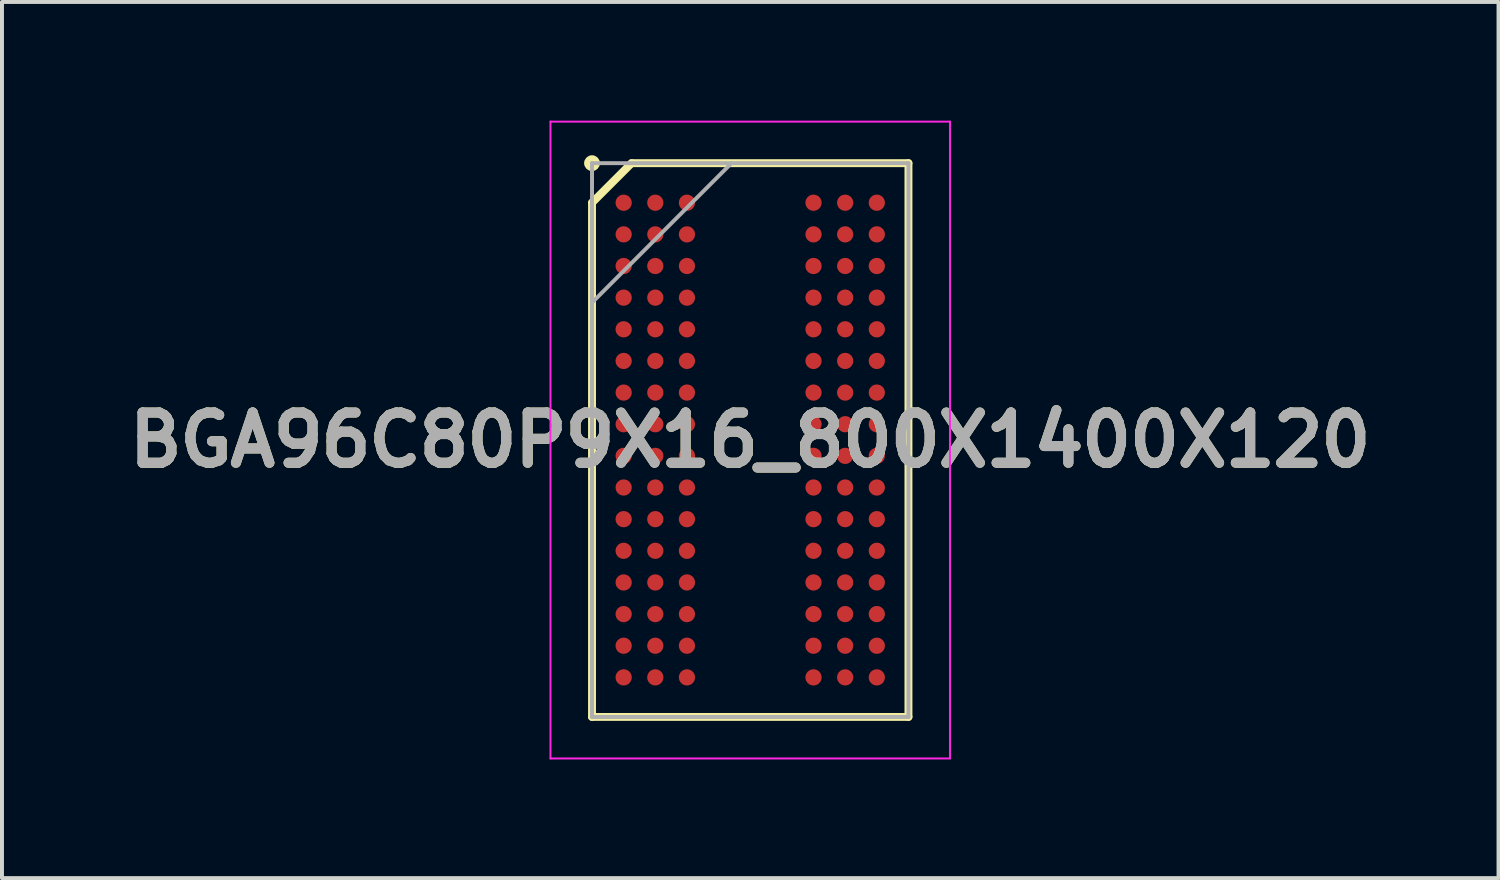
<source format=kicad_pcb>
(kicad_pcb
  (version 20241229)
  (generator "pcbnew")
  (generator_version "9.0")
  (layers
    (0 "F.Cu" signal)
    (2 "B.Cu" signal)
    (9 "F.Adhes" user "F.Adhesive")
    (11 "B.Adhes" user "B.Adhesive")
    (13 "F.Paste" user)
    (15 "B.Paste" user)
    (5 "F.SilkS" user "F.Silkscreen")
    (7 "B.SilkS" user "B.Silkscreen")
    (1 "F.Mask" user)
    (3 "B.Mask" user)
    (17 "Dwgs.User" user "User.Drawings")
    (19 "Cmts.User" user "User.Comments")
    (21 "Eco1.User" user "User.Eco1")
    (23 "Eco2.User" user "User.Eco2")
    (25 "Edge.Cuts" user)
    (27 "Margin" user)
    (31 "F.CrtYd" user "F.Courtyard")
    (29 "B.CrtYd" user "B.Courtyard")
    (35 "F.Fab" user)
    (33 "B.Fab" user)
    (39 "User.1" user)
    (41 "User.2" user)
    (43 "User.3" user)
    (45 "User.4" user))
  (footprint "BGA96C80P9X16_800X1400X120"
    (layer "F.Cu")
    (at 15.917 8.075)
    (property "Reference" "BGA96C80P9X16_800X1400X120" (at 0 0 0) (layer "F.SilkS") (effects (font (size 1.27 1.27) (thickness 0.254))))
    (attr smd)
    (fp_line (start -4 -6) (end -3 -7) (stroke (width 0.2) (type solid)) (layer "F.SilkS"))
    (fp_line (start -4 7) (end -4 -6) (stroke (width 0.2) (type solid)) (layer "F.SilkS"))
    (fp_line (start -3 -7) (end 4 -7) (stroke (width 0.2) (type solid)) (layer "F.SilkS"))
    (fp_line (start 4 -7) (end 4 7) (stroke (width 0.2) (type solid)) (layer "F.SilkS"))
    (fp_line (start 4 7) (end -4 7) (stroke (width 0.2) (type solid)) (layer "F.SilkS"))
    (fp_circle (center -4 -7) (end -4 -6.9) (stroke (width 0.2) (type solid)) (fill no) (layer "F.SilkS"))
    (fp_line (start -5.05 -8.05) (end 5.05 -8.05) (stroke (width 0.05) (type solid)) (layer "F.CrtYd"))
    (fp_line (start -5.05 8.05) (end -5.05 -8.05) (stroke (width 0.05) (type solid)) (layer "F.CrtYd"))
    (fp_line (start 5.05 -8.05) (end 5.05 8.05) (stroke (width 0.05) (type solid)) (layer "F.CrtYd"))
    (fp_line (start 5.05 8.05) (end -5.05 8.05) (stroke (width 0.05) (type solid)) (layer "F.CrtYd"))
    (fp_line (start -4 -7) (end 4 -7) (stroke (width 0.1) (type solid)) (layer "F.Fab"))
    (fp_line (start -4 -3.475) (end -0.475 -7) (stroke (width 0.1) (type solid)) (layer "F.Fab"))
    (fp_line (start -4 7) (end -4 -7) (stroke (width 0.1) (type solid)) (layer "F.Fab"))
    (fp_line (start 4 -7) (end 4 7) (stroke (width 0.1) (type solid)) (layer "F.Fab"))
    (fp_line (start 4 7) (end -4 7) (stroke (width 0.1) (type solid)) (layer "F.Fab"))
    (fp_text user "${REFERENCE}" (at 0 0 0) (layer "F.Fab") (effects (font (size 1.27 1.27) (thickness 0.254))))
    (pad "A1" smd circle (at -3.2 -6 90) (size 0.41 0.41) (layers "F.Cu" "F.Mask" "F.Paste"))
    (pad "A2" smd circle (at -2.4 -6 90) (size 0.41 0.41) (layers "F.Cu" "F.Mask" "F.Paste"))
    (pad "A3" smd circle (at -1.6 -6 90) (size 0.41 0.41) (layers "F.Cu" "F.Mask" "F.Paste"))
    (pad "A7" smd circle (at 1.6 -6 90) (size 0.41 0.41) (layers "F.Cu" "F.Mask" "F.Paste"))
    (pad "A8" smd circle (at 2.4 -6 90) (size 0.41 0.41) (layers "F.Cu" "F.Mask" "F.Paste"))
    (pad "A9" smd circle (at 3.2 -6 90) (size 0.41 0.41) (layers "F.Cu" "F.Mask" "F.Paste"))
    (pad "B1" smd circle (at -3.2 -5.2 90) (size 0.41 0.41) (layers "F.Cu" "F.Mask" "F.Paste"))
    (pad "B2" smd circle (at -2.4 -5.2 90) (size 0.41 0.41) (layers "F.Cu" "F.Mask" "F.Paste"))
    (pad "B3" smd circle (at -1.6 -5.2 90) (size 0.41 0.41) (layers "F.Cu" "F.Mask" "F.Paste"))
    (pad "B7" smd circle (at 1.6 -5.2 90) (size 0.41 0.41) (layers "F.Cu" "F.Mask" "F.Paste"))
    (pad "B8" smd circle (at 2.4 -5.2 90) (size 0.41 0.41) (layers "F.Cu" "F.Mask" "F.Paste"))
    (pad "B9" smd circle (at 3.2 -5.2 90) (size 0.41 0.41) (layers "F.Cu" "F.Mask" "F.Paste"))
    (pad "C1" smd circle (at -3.2 -4.4 90) (size 0.41 0.41) (layers "F.Cu" "F.Mask" "F.Paste"))
    (pad "C2" smd circle (at -2.4 -4.4 90) (size 0.41 0.41) (layers "F.Cu" "F.Mask" "F.Paste"))
    (pad "C3" smd circle (at -1.6 -4.4 90) (size 0.41 0.41) (layers "F.Cu" "F.Mask" "F.Paste"))
    (pad "C7" smd circle (at 1.6 -4.4 90) (size 0.41 0.41) (layers "F.Cu" "F.Mask" "F.Paste"))
    (pad "C8" smd circle (at 2.4 -4.4 90) (size 0.41 0.41) (layers "F.Cu" "F.Mask" "F.Paste"))
    (pad "C9" smd circle (at 3.2 -4.4 90) (size 0.41 0.41) (layers "F.Cu" "F.Mask" "F.Paste"))
    (pad "D1" smd circle (at -3.2 -3.6 90) (size 0.41 0.41) (layers "F.Cu" "F.Mask" "F.Paste"))
    (pad "D2" smd circle (at -2.4 -3.6 90) (size 0.41 0.41) (layers "F.Cu" "F.Mask" "F.Paste"))
    (pad "D3" smd circle (at -1.6 -3.6 90) (size 0.41 0.41) (layers "F.Cu" "F.Mask" "F.Paste"))
    (pad "D7" smd circle (at 1.6 -3.6 90) (size 0.41 0.41) (layers "F.Cu" "F.Mask" "F.Paste"))
    (pad "D8" smd circle (at 2.4 -3.6 90) (size 0.41 0.41) (layers "F.Cu" "F.Mask" "F.Paste"))
    (pad "D9" smd circle (at 3.2 -3.6 90) (size 0.41 0.41) (layers "F.Cu" "F.Mask" "F.Paste"))
    (pad "E1" smd circle (at -3.2 -2.8 90) (size 0.41 0.41) (layers "F.Cu" "F.Mask" "F.Paste"))
    (pad "E2" smd circle (at -2.4 -2.8 90) (size 0.41 0.41) (layers "F.Cu" "F.Mask" "F.Paste"))
    (pad "E3" smd circle (at -1.6 -2.8 90) (size 0.41 0.41) (layers "F.Cu" "F.Mask" "F.Paste"))
    (pad "E7" smd circle (at 1.6 -2.8 90) (size 0.41 0.41) (layers "F.Cu" "F.Mask" "F.Paste"))
    (pad "E8" smd circle (at 2.4 -2.8 90) (size 0.41 0.41) (layers "F.Cu" "F.Mask" "F.Paste"))
    (pad "E9" smd circle (at 3.2 -2.8 90) (size 0.41 0.41) (layers "F.Cu" "F.Mask" "F.Paste"))
    (pad "F1" smd circle (at -3.2 -2 90) (size 0.41 0.41) (layers "F.Cu" "F.Mask" "F.Paste"))
    (pad "F2" smd circle (at -2.4 -2 90) (size 0.41 0.41) (layers "F.Cu" "F.Mask" "F.Paste"))
    (pad "F3" smd circle (at -1.6 -2 90) (size 0.41 0.41) (layers "F.Cu" "F.Mask" "F.Paste"))
    (pad "F7" smd circle (at 1.6 -2 90) (size 0.41 0.41) (layers "F.Cu" "F.Mask" "F.Paste"))
    (pad "F8" smd circle (at 2.4 -2 90) (size 0.41 0.41) (layers "F.Cu" "F.Mask" "F.Paste"))
    (pad "F9" smd circle (at 3.2 -2 90) (size 0.41 0.41) (layers "F.Cu" "F.Mask" "F.Paste"))
    (pad "G1" smd circle (at -3.2 -1.2 90) (size 0.41 0.41) (layers "F.Cu" "F.Mask" "F.Paste"))
    (pad "G2" smd circle (at -2.4 -1.2 90) (size 0.41 0.41) (layers "F.Cu" "F.Mask" "F.Paste"))
    (pad "G3" smd circle (at -1.6 -1.2 90) (size 0.41 0.41) (layers "F.Cu" "F.Mask" "F.Paste"))
    (pad "G7" smd circle (at 1.6 -1.2 90) (size 0.41 0.41) (layers "F.Cu" "F.Mask" "F.Paste"))
    (pad "G8" smd circle (at 2.4 -1.2 90) (size 0.41 0.41) (layers "F.Cu" "F.Mask" "F.Paste"))
    (pad "G9" smd circle (at 3.2 -1.2 90) (size 0.41 0.41) (layers "F.Cu" "F.Mask" "F.Paste"))
    (pad "H1" smd circle (at -3.2 -0.4 90) (size 0.41 0.41) (layers "F.Cu" "F.Mask" "F.Paste"))
    (pad "H2" smd circle (at -2.4 -0.4 90) (size 0.41 0.41) (layers "F.Cu" "F.Mask" "F.Paste"))
    (pad "H3" smd circle (at -1.6 -0.4 90) (size 0.41 0.41) (layers "F.Cu" "F.Mask" "F.Paste"))
    (pad "H7" smd circle (at 1.6 -0.4 90) (size 0.41 0.41) (layers "F.Cu" "F.Mask" "F.Paste"))
    (pad "H8" smd circle (at 2.4 -0.4 90) (size 0.41 0.41) (layers "F.Cu" "F.Mask" "F.Paste"))
    (pad "H9" smd circle (at 3.2 -0.4 90) (size 0.41 0.41) (layers "F.Cu" "F.Mask" "F.Paste"))
    (pad "J1" smd circle (at -3.2 0.4 90) (size 0.41 0.41) (layers "F.Cu" "F.Mask" "F.Paste"))
    (pad "J2" smd circle (at -2.4 0.4 90) (size 0.41 0.41) (layers "F.Cu" "F.Mask" "F.Paste"))
    (pad "J3" smd circle (at -1.6 0.4 90) (size 0.41 0.41) (layers "F.Cu" "F.Mask" "F.Paste"))
    (pad "J7" smd circle (at 1.6 0.4 90) (size 0.41 0.41) (layers "F.Cu" "F.Mask" "F.Paste"))
    (pad "J8" smd circle (at 2.4 0.4 90) (size 0.41 0.41) (layers "F.Cu" "F.Mask" "F.Paste"))
    (pad "J9" smd circle (at 3.2 0.4 90) (size 0.41 0.41) (layers "F.Cu" "F.Mask" "F.Paste"))
    (pad "K1" smd circle (at -3.2 1.2 90) (size 0.41 0.41) (layers "F.Cu" "F.Mask" "F.Paste"))
    (pad "K2" smd circle (at -2.4 1.2 90) (size 0.41 0.41) (layers "F.Cu" "F.Mask" "F.Paste"))
    (pad "K3" smd circle (at -1.6 1.2 90) (size 0.41 0.41) (layers "F.Cu" "F.Mask" "F.Paste"))
    (pad "K7" smd circle (at 1.6 1.2 90) (size 0.41 0.41) (layers "F.Cu" "F.Mask" "F.Paste"))
    (pad "K8" smd circle (at 2.4 1.2 90) (size 0.41 0.41) (layers "F.Cu" "F.Mask" "F.Paste"))
    (pad "K9" smd circle (at 3.2 1.2 90) (size 0.41 0.41) (layers "F.Cu" "F.Mask" "F.Paste"))
    (pad "L1" smd circle (at -3.2 2 90) (size 0.41 0.41) (layers "F.Cu" "F.Mask" "F.Paste"))
    (pad "L2" smd circle (at -2.4 2 90) (size 0.41 0.41) (layers "F.Cu" "F.Mask" "F.Paste"))
    (pad "L3" smd circle (at -1.6 2 90) (size 0.41 0.41) (layers "F.Cu" "F.Mask" "F.Paste"))
    (pad "L7" smd circle (at 1.6 2 90) (size 0.41 0.41) (layers "F.Cu" "F.Mask" "F.Paste"))
    (pad "L8" smd circle (at 2.4 2 90) (size 0.41 0.41) (layers "F.Cu" "F.Mask" "F.Paste"))
    (pad "L9" smd circle (at 3.2 2 90) (size 0.41 0.41) (layers "F.Cu" "F.Mask" "F.Paste"))
    (pad "M1" smd circle (at -3.2 2.8 90) (size 0.41 0.41) (layers "F.Cu" "F.Mask" "F.Paste"))
    (pad "M2" smd circle (at -2.4 2.8 90) (size 0.41 0.41) (layers "F.Cu" "F.Mask" "F.Paste"))
    (pad "M3" smd circle (at -1.6 2.8 90) (size 0.41 0.41) (layers "F.Cu" "F.Mask" "F.Paste"))
    (pad "M7" smd circle (at 1.6 2.8 90) (size 0.41 0.41) (layers "F.Cu" "F.Mask" "F.Paste"))
    (pad "M8" smd circle (at 2.4 2.8 90) (size 0.41 0.41) (layers "F.Cu" "F.Mask" "F.Paste"))
    (pad "M9" smd circle (at 3.2 2.8 90) (size 0.41 0.41) (layers "F.Cu" "F.Mask" "F.Paste"))
    (pad "N1" smd circle (at -3.2 3.6 90) (size 0.41 0.41) (layers "F.Cu" "F.Mask" "F.Paste"))
    (pad "N2" smd circle (at -2.4 3.6 90) (size 0.41 0.41) (layers "F.Cu" "F.Mask" "F.Paste"))
    (pad "N3" smd circle (at -1.6 3.6 90) (size 0.41 0.41) (layers "F.Cu" "F.Mask" "F.Paste"))
    (pad "N7" smd circle (at 1.6 3.6 90) (size 0.41 0.41) (layers "F.Cu" "F.Mask" "F.Paste"))
    (pad "N8" smd circle (at 2.4 3.6 90) (size 0.41 0.41) (layers "F.Cu" "F.Mask" "F.Paste"))
    (pad "N9" smd circle (at 3.2 3.6 90) (size 0.41 0.41) (layers "F.Cu" "F.Mask" "F.Paste"))
    (pad "P1" smd circle (at -3.2 4.4 90) (size 0.41 0.41) (layers "F.Cu" "F.Mask" "F.Paste"))
    (pad "P2" smd circle (at -2.4 4.4 90) (size 0.41 0.41) (layers "F.Cu" "F.Mask" "F.Paste"))
    (pad "P3" smd circle (at -1.6 4.4 90) (size 0.41 0.41) (layers "F.Cu" "F.Mask" "F.Paste"))
    (pad "P7" smd circle (at 1.6 4.4 90) (size 0.41 0.41) (layers "F.Cu" "F.Mask" "F.Paste"))
    (pad "P8" smd circle (at 2.4 4.4 90) (size 0.41 0.41) (layers "F.Cu" "F.Mask" "F.Paste"))
    (pad "P9" smd circle (at 3.2 4.4 90) (size 0.41 0.41) (layers "F.Cu" "F.Mask" "F.Paste"))
    (pad "R1" smd circle (at -3.2 5.2 90) (size 0.41 0.41) (layers "F.Cu" "F.Mask" "F.Paste"))
    (pad "R2" smd circle (at -2.4 5.2 90) (size 0.41 0.41) (layers "F.Cu" "F.Mask" "F.Paste"))
    (pad "R3" smd circle (at -1.6 5.2 90) (size 0.41 0.41) (layers "F.Cu" "F.Mask" "F.Paste"))
    (pad "R7" smd circle (at 1.6 5.2 90) (size 0.41 0.41) (layers "F.Cu" "F.Mask" "F.Paste"))
    (pad "R8" smd circle (at 2.4 5.2 90) (size 0.41 0.41) (layers "F.Cu" "F.Mask" "F.Paste"))
    (pad "R9" smd circle (at 3.2 5.2 90) (size 0.41 0.41) (layers "F.Cu" "F.Mask" "F.Paste"))
    (pad "T1" smd circle (at -3.2 6 90) (size 0.41 0.41) (layers "F.Cu" "F.Mask" "F.Paste"))
    (pad "T2" smd circle (at -2.4 6 90) (size 0.41 0.41) (layers "F.Cu" "F.Mask" "F.Paste"))
    (pad "T3" smd circle (at -1.6 6 90) (size 0.41 0.41) (layers "F.Cu" "F.Mask" "F.Paste"))
    (pad "T7" smd circle (at 1.6 6 90) (size 0.41 0.41) (layers "F.Cu" "F.Mask" "F.Paste"))
    (pad "T8" smd circle (at 2.4 6 90) (size 0.41 0.41) (layers "F.Cu" "F.Mask" "F.Paste"))
    (pad "T9" smd circle (at 3.2 6 90) (size 0.41 0.41) (layers "F.Cu" "F.Mask" "F.Paste")))
  (gr_rect
    (start -3 -3)
    (end 34.835 19.15)
    (stroke (width 0.1) (type default))
    (fill no)
    (layer "Edge.Cuts")))
</source>
